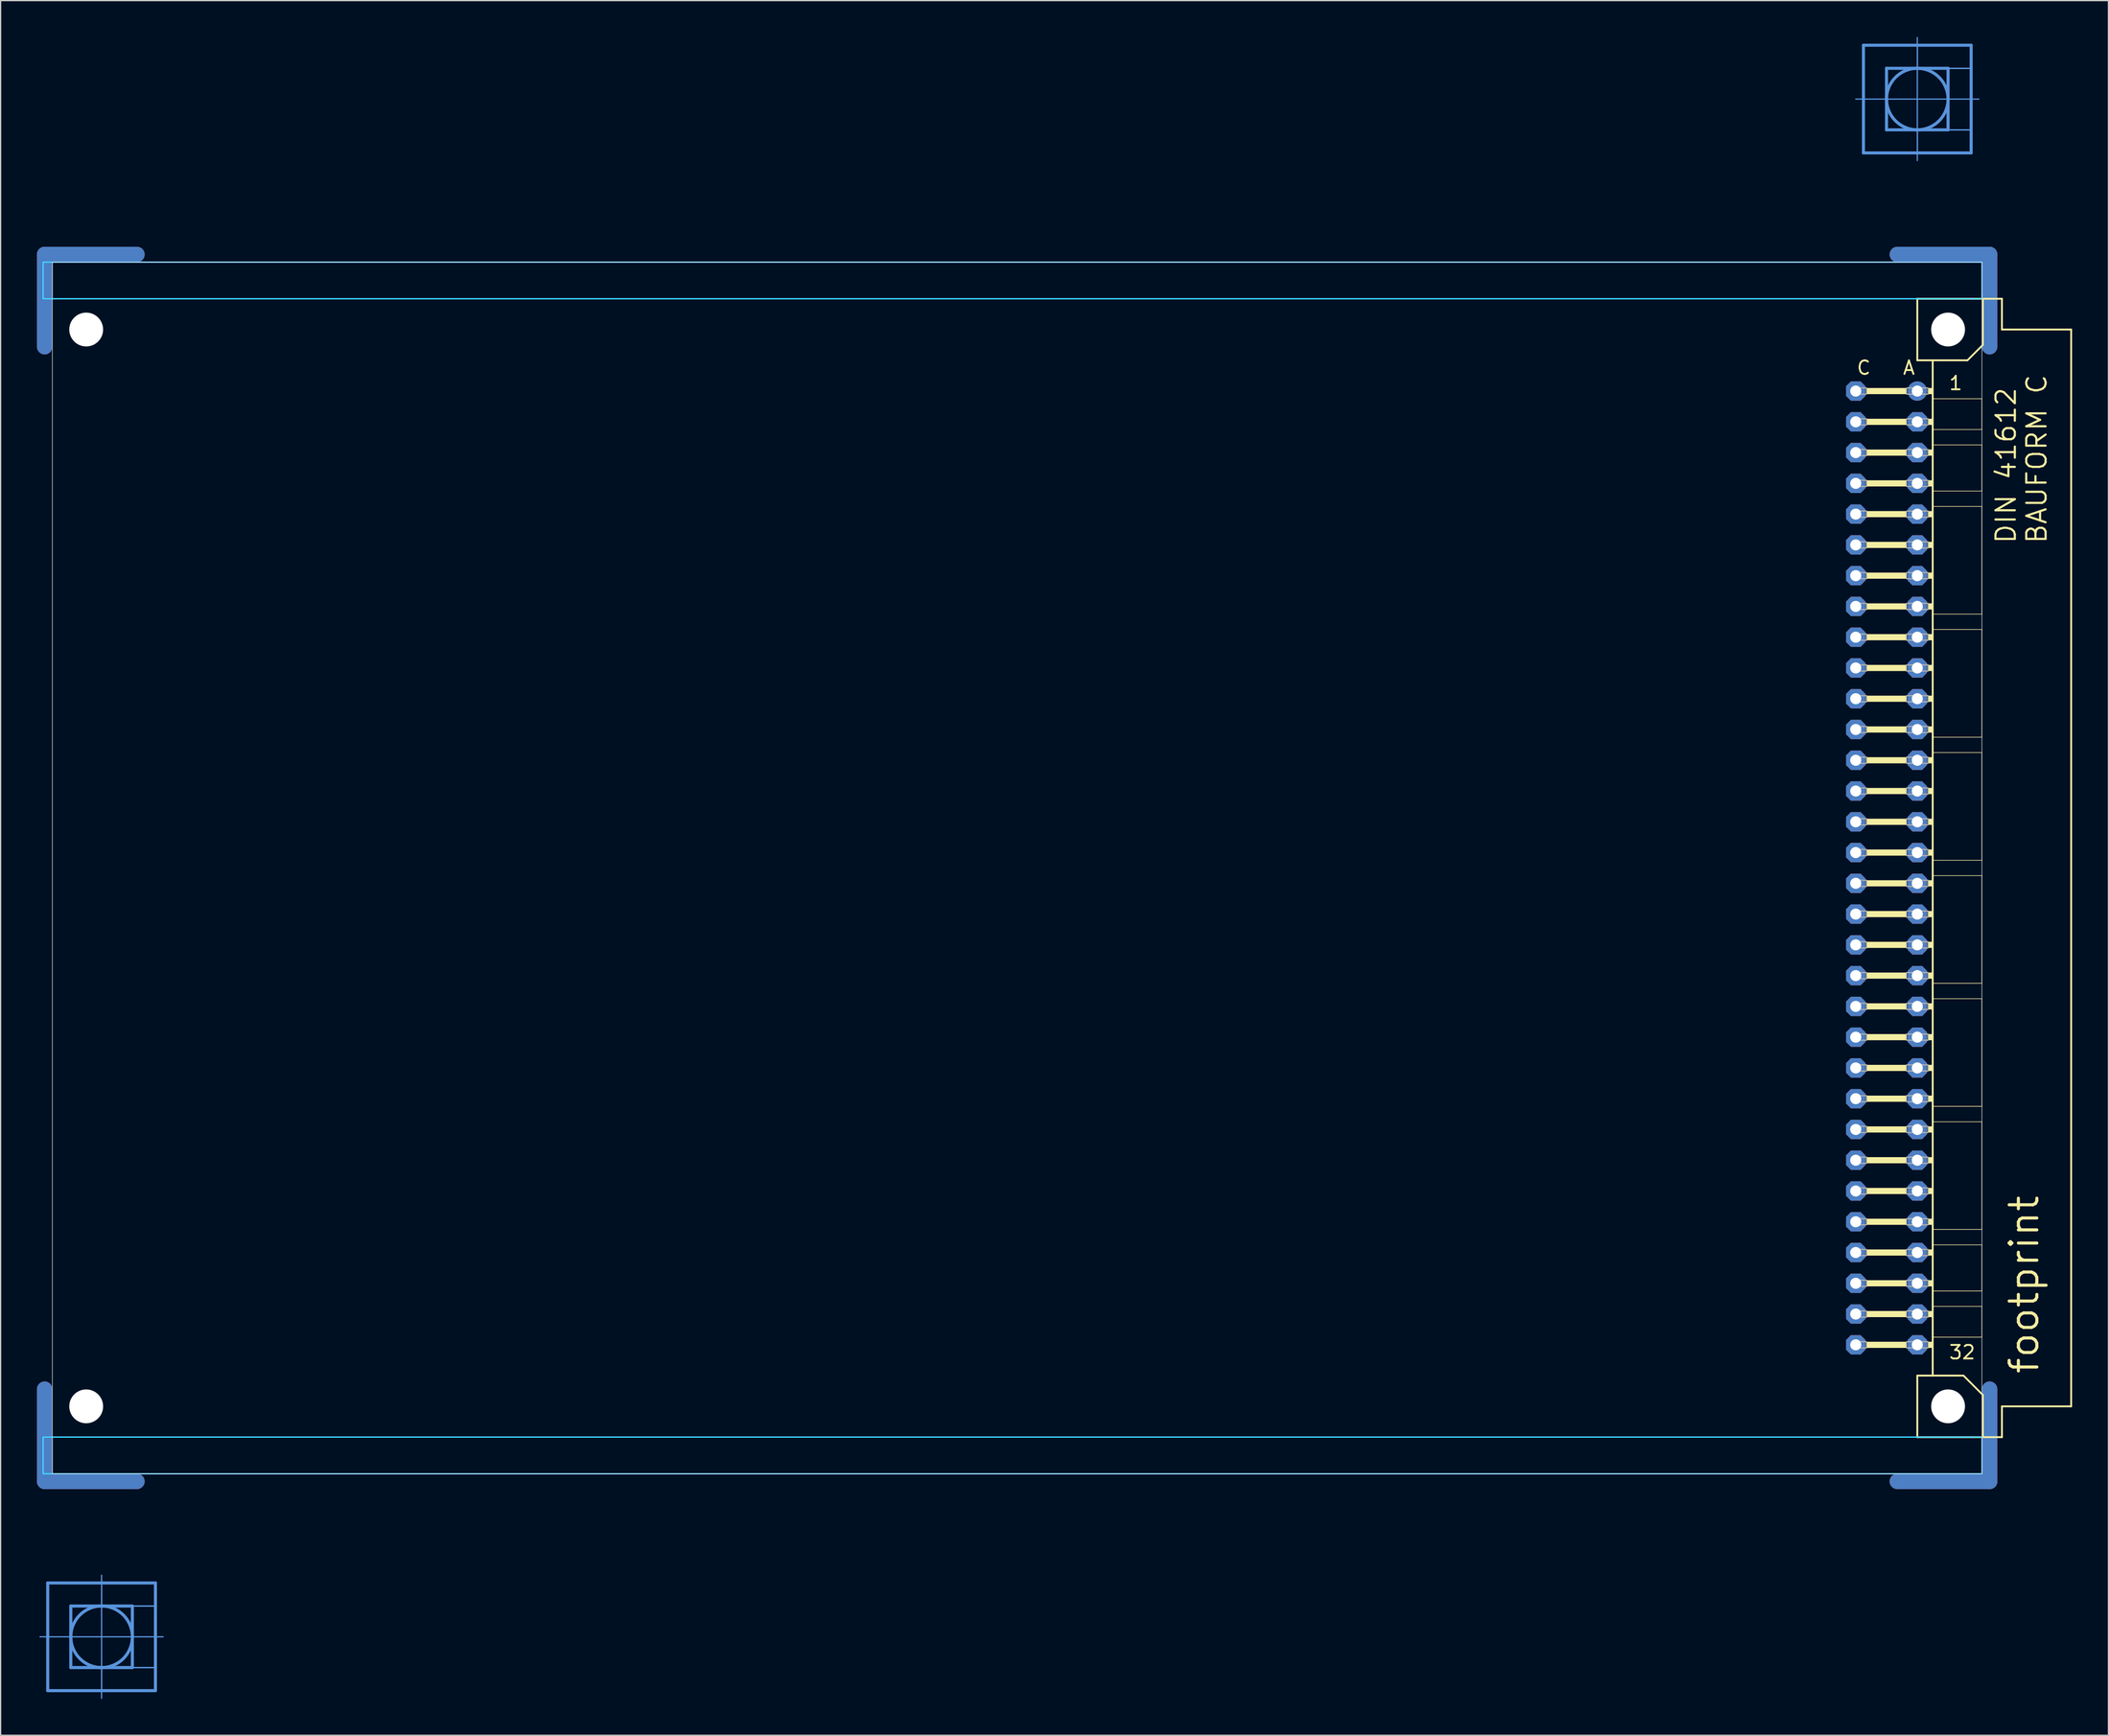
<source format=kicad_pcb>
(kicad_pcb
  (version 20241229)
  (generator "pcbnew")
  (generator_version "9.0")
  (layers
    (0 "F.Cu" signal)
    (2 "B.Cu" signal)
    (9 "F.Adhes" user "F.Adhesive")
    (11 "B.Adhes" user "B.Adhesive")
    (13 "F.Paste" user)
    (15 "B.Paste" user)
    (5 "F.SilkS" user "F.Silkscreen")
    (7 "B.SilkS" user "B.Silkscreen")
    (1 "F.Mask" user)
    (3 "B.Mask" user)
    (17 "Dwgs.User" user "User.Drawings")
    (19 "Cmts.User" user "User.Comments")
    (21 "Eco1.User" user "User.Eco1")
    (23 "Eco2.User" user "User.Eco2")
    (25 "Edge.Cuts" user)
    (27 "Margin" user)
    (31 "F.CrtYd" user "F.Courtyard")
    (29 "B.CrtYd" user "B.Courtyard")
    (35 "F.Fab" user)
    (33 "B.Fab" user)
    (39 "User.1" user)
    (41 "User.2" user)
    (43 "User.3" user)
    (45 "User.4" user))
  (footprint "footprint"
    (layer "F.Cu")
    (at 0.254 68.605)
    (property "Reference" "footprint" (at 165.1 41.91 90) (layer "F.SilkS") (effects (font (size 2.286 2.286) (thickness 0.254)) (justify left bottom)))
    (fp_line (start 0.381 -43.028) (end 0.381 -50.648) (stroke (width 1.27) (type solid)) (layer "F.Cu"))
    (fp_line (start 0.381 43.028) (end 0.381 50.648) (stroke (width 1.27) (type solid)) (layer "F.Cu"))
    (fp_line (start 8.001 -50.648) (end 0.381 -50.648) (stroke (width 1.27) (type solid)) (layer "F.Cu"))
    (fp_line (start 8.001 50.648) (end 0.381 50.648) (stroke (width 1.27) (type solid)) (layer "F.Cu"))
    (fp_line (start 153.289 -50.648) (end 160.909 -50.648) (stroke (width 1.27) (type solid)) (layer "F.Cu"))
    (fp_line (start 153.289 50.648) (end 160.909 50.648) (stroke (width 1.27) (type solid)) (layer "F.Cu"))
    (fp_line (start 160.909 -43.028) (end 160.909 -50.648) (stroke (width 1.27) (type solid)) (layer "F.Cu"))
    (fp_line (start 160.909 43.028) (end 160.909 50.648) (stroke (width 1.27) (type solid)) (layer "F.Cu"))
    (fp_line (start 1.016 -42.393) (end 1.016 -50.013) (stroke (width 0.152) (type solid)) (layer "F.Mask"))
    (fp_line (start 1.016 42.393) (end 1.016 50.013) (stroke (width 0.152) (type solid)) (layer "F.Mask"))
    (fp_line (start 8.636 -50.013) (end 1.016 -50.013) (stroke (width 0.152) (type solid)) (layer "F.Mask"))
    (fp_line (start 8.636 50.013) (end 1.016 50.013) (stroke (width 0.152) (type solid)) (layer "F.Mask"))
    (fp_line (start 152.654 -50.013) (end 160.274 -50.013) (stroke (width 0.152) (type solid)) (layer "F.Mask"))
    (fp_line (start 152.654 50.013) (end 160.274 50.013) (stroke (width 0.152) (type solid)) (layer "F.Mask"))
    (fp_line (start 160.274 -42.393) (end 160.274 -50.013) (stroke (width 0.152) (type solid)) (layer "F.Mask"))
    (fp_line (start 160.274 42.393) (end 160.274 50.013) (stroke (width 0.152) (type solid)) (layer "F.Mask"))
    (fp_line (start 0.381 -43.028) (end 0.381 -50.648) (stroke (width 1.27) (type solid)) (layer "B.Cu"))
    (fp_line (start 0.381 43.028) (end 0.381 50.648) (stroke (width 1.27) (type solid)) (layer "B.Cu"))
    (fp_line (start 8.001 -50.648) (end 0.381 -50.648) (stroke (width 1.27) (type solid)) (layer "B.Cu"))
    (fp_line (start 8.001 50.648) (end 0.381 50.648) (stroke (width 1.27) (type solid)) (layer "B.Cu"))
    (fp_line (start 153.289 -50.648) (end 160.909 -50.648) (stroke (width 1.27) (type solid)) (layer "B.Cu"))
    (fp_line (start 153.289 50.648) (end 160.909 50.648) (stroke (width 1.27) (type solid)) (layer "B.Cu"))
    (fp_line (start 160.909 -43.028) (end 160.909 -50.648) (stroke (width 1.27) (type solid)) (layer "B.Cu"))
    (fp_line (start 160.909 43.028) (end 160.909 50.648) (stroke (width 1.27) (type solid)) (layer "B.Cu"))
    (fp_line (start 1.016 -50.013) (end 8.636 -50.013) (stroke (width 0.152) (type solid)) (layer "B.Mask"))
    (fp_line (start 1.016 -42.393) (end 1.016 -50.013) (stroke (width 0.152) (type solid)) (layer "B.Mask"))
    (fp_line (start 1.016 50.013) (end 1.016 42.393) (stroke (width 0.152) (type solid)) (layer "B.Mask"))
    (fp_line (start 8.636 50.013) (end 1.016 50.013) (stroke (width 0.152) (type solid)) (layer "B.Mask"))
    (fp_line (start 152.654 -50.013) (end 160.274 -50.013) (stroke (width 0.152) (type solid)) (layer "B.Mask"))
    (fp_line (start 160.274 -50.013) (end 160.274 -42.393) (stroke (width 0.152) (type solid)) (layer "B.Mask"))
    (fp_line (start 160.274 42.393) (end 160.274 50.013) (stroke (width 0.152) (type solid)) (layer "B.Mask"))
    (fp_line (start 160.274 50.013) (end 152.654 50.013) (stroke (width 0.152) (type solid)) (layer "B.Mask"))
    (fp_line (start 154.94 -46.99) (end 154.94 -41.91) (stroke (width 0.152) (type solid)) (layer "F.SilkS"))
    (fp_line (start 154.94 -41.91) (end 156.21 -41.91) (stroke (width 0.152) (type solid)) (layer "F.SilkS"))
    (fp_line (start 154.94 41.91) (end 154.94 46.99) (stroke (width 0.152) (type solid)) (layer "F.SilkS"))
    (fp_line (start 154.94 41.91) (end 156.21 41.91) (stroke (width 0.152) (type solid)) (layer "F.SilkS"))
    (fp_line (start 154.94 46.99) (end 160.35 46.99) (stroke (width 0.152) (type solid)) (layer "F.SilkS"))
    (fp_line (start 156.21 -41.91) (end 156.21 -38.735) (stroke (width 0.152) (type solid)) (layer "F.SilkS"))
    (fp_line (start 156.21 -41.91) (end 159.08 -41.91) (stroke (width 0.152) (type solid)) (layer "F.SilkS"))
    (fp_line (start 156.21 -38.735) (end 156.21 -36.195) (stroke (width 0.152) (type solid)) (layer "F.SilkS"))
    (fp_line (start 156.21 -36.195) (end 156.21 -34.925) (stroke (width 0.152) (type solid)) (layer "F.SilkS"))
    (fp_line (start 156.21 -34.925) (end 156.21 -31.115) (stroke (width 0.152) (type solid)) (layer "F.SilkS"))
    (fp_line (start 156.21 -31.115) (end 156.21 -29.845) (stroke (width 0.152) (type solid)) (layer "F.SilkS"))
    (fp_line (start 156.21 -29.845) (end 156.21 -20.955) (stroke (width 0.152) (type solid)) (layer "F.SilkS"))
    (fp_line (start 156.21 -20.955) (end 156.21 -19.685) (stroke (width 0.152) (type solid)) (layer "F.SilkS"))
    (fp_line (start 156.21 -19.685) (end 156.21 -10.795) (stroke (width 0.152) (type solid)) (layer "F.SilkS"))
    (fp_line (start 156.21 -10.795) (end 156.21 -9.525) (stroke (width 0.152) (type solid)) (layer "F.SilkS"))
    (fp_line (start 156.21 -9.525) (end 156.21 -0.635) (stroke (width 0.152) (type solid)) (layer "F.SilkS"))
    (fp_line (start 156.21 -0.635) (end 156.21 0.635) (stroke (width 0.152) (type solid)) (layer "F.SilkS"))
    (fp_line (start 156.21 0.635) (end 156.21 9.525) (stroke (width 0.152) (type solid)) (layer "F.SilkS"))
    (fp_line (start 156.21 9.525) (end 156.21 10.795) (stroke (width 0.152) (type solid)) (layer "F.SilkS"))
    (fp_line (start 156.21 10.795) (end 156.21 19.685) (stroke (width 0.152) (type solid)) (layer "F.SilkS"))
    (fp_line (start 156.21 19.685) (end 156.21 20.955) (stroke (width 0.152) (type solid)) (layer "F.SilkS"))
    (fp_line (start 156.21 20.955) (end 156.21 29.845) (stroke (width 0.152) (type solid)) (layer "F.SilkS"))
    (fp_line (start 156.21 29.845) (end 156.21 31.115) (stroke (width 0.152) (type solid)) (layer "F.SilkS"))
    (fp_line (start 156.21 31.115) (end 156.21 34.925) (stroke (width 0.152) (type solid)) (layer "F.SilkS"))
    (fp_line (start 156.21 34.925) (end 156.21 36.195) (stroke (width 0.152) (type solid)) (layer "F.SilkS"))
    (fp_line (start 156.21 36.195) (end 156.21 38.735) (stroke (width 0.152) (type solid)) (layer "F.SilkS"))
    (fp_line (start 156.21 38.735) (end 156.21 41.91) (stroke (width 0.152) (type solid)) (layer "F.SilkS"))
    (fp_line (start 156.21 41.91) (end 158.75 41.91) (stroke (width 0.152) (type solid)) (layer "F.SilkS"))
    (fp_line (start 159.08 -41.91) (end 160.35 -43.18) (stroke (width 0.152) (type solid)) (layer "F.SilkS"))
    (fp_line (start 160.274 -38.735) (end 156.21 -38.735) (stroke (width 0.051) (type solid)) (layer "F.SilkS"))
    (fp_line (start 160.274 -38.735) (end 160.274 -36.195) (stroke (width 0.051) (type solid)) (layer "F.SilkS"))
    (fp_line (start 160.274 -36.195) (end 156.21 -36.195) (stroke (width 0.051) (type solid)) (layer "F.SilkS"))
    (fp_line (start 160.274 -34.925) (end 156.21 -34.925) (stroke (width 0.051) (type solid)) (layer "F.SilkS"))
    (fp_line (start 160.274 -34.925) (end 160.274 -31.115) (stroke (width 0.051) (type solid)) (layer "F.SilkS"))
    (fp_line (start 160.274 -31.115) (end 156.21 -31.115) (stroke (width 0.051) (type solid)) (layer "F.SilkS"))
    (fp_line (start 160.274 -29.845) (end 156.21 -29.845) (stroke (width 0.051) (type solid)) (layer "F.SilkS"))
    (fp_line (start 160.274 -29.845) (end 160.274 -20.955) (stroke (width 0.051) (type solid)) (layer "F.SilkS"))
    (fp_line (start 160.274 -20.955) (end 156.21 -20.955) (stroke (width 0.051) (type solid)) (layer "F.SilkS"))
    (fp_line (start 160.274 -19.685) (end 156.21 -19.685) (stroke (width 0.051) (type solid)) (layer "F.SilkS"))
    (fp_line (start 160.274 -19.685) (end 160.274 -10.795) (stroke (width 0.051) (type solid)) (layer "F.SilkS"))
    (fp_line (start 160.274 -10.795) (end 156.21 -10.795) (stroke (width 0.051) (type solid)) (layer "F.SilkS"))
    (fp_line (start 160.274 -9.525) (end 156.21 -9.525) (stroke (width 0.051) (type solid)) (layer "F.SilkS"))
    (fp_line (start 160.274 -9.525) (end 160.274 -0.635) (stroke (width 0.051) (type solid)) (layer "F.SilkS"))
    (fp_line (start 160.274 -0.635) (end 156.21 -0.635) (stroke (width 0.051) (type solid)) (layer "F.SilkS"))
    (fp_line (start 160.274 0.635) (end 156.21 0.635) (stroke (width 0.051) (type solid)) (layer "F.SilkS"))
    (fp_line (start 160.274 0.635) (end 160.274 9.525) (stroke (width 0.051) (type solid)) (layer "F.SilkS"))
    (fp_line (start 160.274 9.525) (end 156.21 9.525) (stroke (width 0.051) (type solid)) (layer "F.SilkS"))
    (fp_line (start 160.274 10.795) (end 156.21 10.795) (stroke (width 0.051) (type solid)) (layer "F.SilkS"))
    (fp_line (start 160.274 10.795) (end 160.274 19.685) (stroke (width 0.051) (type solid)) (layer "F.SilkS"))
    (fp_line (start 160.274 19.685) (end 156.21 19.685) (stroke (width 0.051) (type solid)) (layer "F.SilkS"))
    (fp_line (start 160.274 20.955) (end 156.21 20.955) (stroke (width 0.051) (type solid)) (layer "F.SilkS"))
    (fp_line (start 160.274 20.955) (end 160.274 29.845) (stroke (width 0.051) (type solid)) (layer "F.SilkS"))
    (fp_line (start 160.274 29.845) (end 156.21 29.845) (stroke (width 0.051) (type solid)) (layer "F.SilkS"))
    (fp_line (start 160.274 31.115) (end 156.21 31.115) (stroke (width 0.051) (type solid)) (layer "F.SilkS"))
    (fp_line (start 160.274 31.115) (end 160.274 34.925) (stroke (width 0.051) (type solid)) (layer "F.SilkS"))
    (fp_line (start 160.274 34.925) (end 156.21 34.925) (stroke (width 0.051) (type solid)) (layer "F.SilkS"))
    (fp_line (start 160.274 36.195) (end 156.21 36.195) (stroke (width 0.051) (type solid)) (layer "F.SilkS"))
    (fp_line (start 160.274 36.195) (end 160.274 38.735) (stroke (width 0.051) (type solid)) (layer "F.SilkS"))
    (fp_line (start 160.274 38.735) (end 156.21 38.735) (stroke (width 0.051) (type solid)) (layer "F.SilkS"))
    (fp_line (start 160.35 -46.99) (end 154.94 -46.99) (stroke (width 0.152) (type solid)) (layer "F.SilkS"))
    (fp_line (start 160.35 -43.18) (end 160.35 -46.99) (stroke (width 0.152) (type solid)) (layer "F.SilkS"))
    (fp_line (start 160.35 43.51) (end 158.75 41.91) (stroke (width 0.152) (type solid)) (layer "F.SilkS"))
    (fp_line (start 160.35 43.51) (end 160.35 46.99) (stroke (width 0.152) (type solid)) (layer "F.SilkS"))
    (fp_line (start 160.35 46.99) (end 161.925 46.99) (stroke (width 0.152) (type solid)) (layer "F.SilkS"))
    (fp_line (start 161.925 -46.99) (end 160.35 -46.99) (stroke (width 0.152) (type solid)) (layer "F.SilkS"))
    (fp_line (start 161.925 -44.45) (end 161.925 -46.99) (stroke (width 0.152) (type solid)) (layer "F.SilkS"))
    (fp_line (start 161.925 44.45) (end 167.64 44.45) (stroke (width 0.152) (type solid)) (layer "F.SilkS"))
    (fp_line (start 161.925 46.99) (end 161.925 44.45) (stroke (width 0.152) (type solid)) (layer "F.SilkS"))
    (fp_line (start 167.64 -44.45) (end 161.925 -44.45) (stroke (width 0.152) (type solid)) (layer "F.SilkS"))
    (fp_line (start 167.64 44.45) (end 167.64 -44.45) (stroke (width 0.152) (type solid)) (layer "F.SilkS"))
    (fp_circle (center 157.48 -44.45) (end 158.75 -44.45) (stroke (width 0.152) (type solid)) (fill no) (layer "F.SilkS"))
    (fp_circle (center 157.48 44.45) (end 158.75 44.45) (stroke (width 0.152) (type solid)) (fill no) (layer "F.SilkS"))
    (fp_poly (pts (xy 150.749 -39.116) (xy 154.051 -39.116) (xy 154.051 -39.624) (xy 150.749 -39.624)) (stroke (width 0) (type solid)) (fill yes) (layer "F.SilkS"))
    (fp_poly (pts (xy 150.749 -36.576) (xy 154.051 -36.576) (xy 154.051 -37.084) (xy 150.749 -37.084)) (stroke (width 0) (type solid)) (fill yes) (layer "F.SilkS"))
    (fp_poly (pts (xy 150.749 -34.036) (xy 154.051 -34.036) (xy 154.051 -34.544) (xy 150.749 -34.544)) (stroke (width 0) (type solid)) (fill yes) (layer "F.SilkS"))
    (fp_poly (pts (xy 150.749 -31.496) (xy 154.051 -31.496) (xy 154.051 -32.004) (xy 150.749 -32.004)) (stroke (width 0) (type solid)) (fill yes) (layer "F.SilkS"))
    (fp_poly (pts (xy 150.749 -28.956) (xy 154.051 -28.956) (xy 154.051 -29.464) (xy 150.749 -29.464)) (stroke (width 0) (type solid)) (fill yes) (layer "F.SilkS"))
    (fp_poly (pts (xy 150.749 -26.416) (xy 154.051 -26.416) (xy 154.051 -26.924) (xy 150.749 -26.924)) (stroke (width 0) (type solid)) (fill yes) (layer "F.SilkS"))
    (fp_poly (pts (xy 150.749 -23.876) (xy 154.051 -23.876) (xy 154.051 -24.384) (xy 150.749 -24.384)) (stroke (width 0) (type solid)) (fill yes) (layer "F.SilkS"))
    (fp_poly (pts (xy 150.749 -21.336) (xy 154.051 -21.336) (xy 154.051 -21.844) (xy 150.749 -21.844)) (stroke (width 0) (type solid)) (fill yes) (layer "F.SilkS"))
    (fp_poly (pts (xy 150.749 -18.796) (xy 154.051 -18.796) (xy 154.051 -19.304) (xy 150.749 -19.304)) (stroke (width 0) (type solid)) (fill yes) (layer "F.SilkS"))
    (fp_poly (pts (xy 150.749 -16.256) (xy 154.051 -16.256) (xy 154.051 -16.764) (xy 150.749 -16.764)) (stroke (width 0) (type solid)) (fill yes) (layer "F.SilkS"))
    (fp_poly (pts (xy 150.749 -13.716) (xy 154.051 -13.716) (xy 154.051 -14.224) (xy 150.749 -14.224)) (stroke (width 0) (type solid)) (fill yes) (layer "F.SilkS"))
    (fp_poly (pts (xy 150.749 -11.176) (xy 154.051 -11.176) (xy 154.051 -11.684) (xy 150.749 -11.684)) (stroke (width 0) (type solid)) (fill yes) (layer "F.SilkS"))
    (fp_poly (pts (xy 150.749 -8.636) (xy 154.051 -8.636) (xy 154.051 -9.144) (xy 150.749 -9.144)) (stroke (width 0) (type solid)) (fill yes) (layer "F.SilkS"))
    (fp_poly (pts (xy 150.749 -6.096) (xy 154.051 -6.096) (xy 154.051 -6.604) (xy 150.749 -6.604)) (stroke (width 0) (type solid)) (fill yes) (layer "F.SilkS"))
    (fp_poly (pts (xy 150.749 -3.556) (xy 154.051 -3.556) (xy 154.051 -4.064) (xy 150.749 -4.064)) (stroke (width 0) (type solid)) (fill yes) (layer "F.SilkS"))
    (fp_poly (pts (xy 150.749 -1.016) (xy 154.051 -1.016) (xy 154.051 -1.524) (xy 150.749 -1.524)) (stroke (width 0) (type solid)) (fill yes) (layer "F.SilkS"))
    (fp_poly (pts (xy 150.749 1.524) (xy 154.051 1.524) (xy 154.051 1.016) (xy 150.749 1.016)) (stroke (width 0) (type solid)) (fill yes) (layer "F.SilkS"))
    (fp_poly (pts (xy 150.749 4.064) (xy 154.051 4.064) (xy 154.051 3.556) (xy 150.749 3.556)) (stroke (width 0) (type solid)) (fill yes) (layer "F.SilkS"))
    (fp_poly (pts (xy 150.749 6.604) (xy 154.051 6.604) (xy 154.051 6.096) (xy 150.749 6.096)) (stroke (width 0) (type solid)) (fill yes) (layer "F.SilkS"))
    (fp_poly (pts (xy 150.749 9.144) (xy 154.051 9.144) (xy 154.051 8.636) (xy 150.749 8.636)) (stroke (width 0) (type solid)) (fill yes) (layer "F.SilkS"))
    (fp_poly (pts (xy 150.749 11.684) (xy 154.051 11.684) (xy 154.051 11.176) (xy 150.749 11.176)) (stroke (width 0) (type solid)) (fill yes) (layer "F.SilkS"))
    (fp_poly (pts (xy 150.749 14.224) (xy 154.051 14.224) (xy 154.051 13.716) (xy 150.749 13.716)) (stroke (width 0) (type solid)) (fill yes) (layer "F.SilkS"))
    (fp_poly (pts (xy 150.749 16.764) (xy 154.051 16.764) (xy 154.051 16.256) (xy 150.749 16.256)) (stroke (width 0) (type solid)) (fill yes) (layer "F.SilkS"))
    (fp_poly (pts (xy 150.749 19.304) (xy 154.051 19.304) (xy 154.051 18.796) (xy 150.749 18.796)) (stroke (width 0) (type solid)) (fill yes) (layer "F.SilkS"))
    (fp_poly (pts (xy 150.749 21.844) (xy 154.051 21.844) (xy 154.051 21.336) (xy 150.749 21.336)) (stroke (width 0) (type solid)) (fill yes) (layer "F.SilkS"))
    (fp_poly (pts (xy 150.749 24.384) (xy 154.051 24.384) (xy 154.051 23.876) (xy 150.749 23.876)) (stroke (width 0) (type solid)) (fill yes) (layer "F.SilkS"))
    (fp_poly (pts (xy 150.749 26.924) (xy 154.051 26.924) (xy 154.051 26.416) (xy 150.749 26.416)) (stroke (width 0) (type solid)) (fill yes) (layer "F.SilkS"))
    (fp_poly (pts (xy 150.749 29.464) (xy 154.051 29.464) (xy 154.051 28.956) (xy 150.749 28.956)) (stroke (width 0) (type solid)) (fill yes) (layer "F.SilkS"))
    (fp_poly (pts (xy 150.749 32.004) (xy 154.051 32.004) (xy 154.051 31.496) (xy 150.749 31.496)) (stroke (width 0) (type solid)) (fill yes) (layer "F.SilkS"))
    (fp_poly (pts (xy 150.749 34.544) (xy 154.051 34.544) (xy 154.051 34.036) (xy 150.749 34.036)) (stroke (width 0) (type solid)) (fill yes) (layer "F.SilkS"))
    (fp_poly (pts (xy 150.749 37.084) (xy 154.051 37.084) (xy 154.051 36.576) (xy 150.749 36.576)) (stroke (width 0) (type solid)) (fill yes) (layer "F.SilkS"))
    (fp_poly (pts (xy 150.749 39.624) (xy 154.051 39.624) (xy 154.051 39.116) (xy 150.749 39.116)) (stroke (width 0) (type solid)) (fill yes) (layer "F.SilkS"))
    (fp_poly (pts (xy 155.829 -39.116) (xy 156.21 -39.116) (xy 156.21 -39.624) (xy 155.829 -39.624)) (stroke (width 0) (type solid)) (fill yes) (layer "F.SilkS"))
    (fp_poly (pts (xy 155.829 -36.576) (xy 156.21 -36.576) (xy 156.21 -37.084) (xy 155.829 -37.084)) (stroke (width 0) (type solid)) (fill yes) (layer "F.SilkS"))
    (fp_poly (pts (xy 155.829 -34.036) (xy 156.21 -34.036) (xy 156.21 -34.544) (xy 155.829 -34.544)) (stroke (width 0) (type solid)) (fill yes) (layer "F.SilkS"))
    (fp_poly (pts (xy 155.829 -31.496) (xy 156.21 -31.496) (xy 156.21 -32.004) (xy 155.829 -32.004)) (stroke (width 0) (type solid)) (fill yes) (layer "F.SilkS"))
    (fp_poly (pts (xy 155.829 -28.956) (xy 156.21 -28.956) (xy 156.21 -29.464) (xy 155.829 -29.464)) (stroke (width 0) (type solid)) (fill yes) (layer "F.SilkS"))
    (fp_poly (pts (xy 155.829 -26.416) (xy 156.21 -26.416) (xy 156.21 -26.924) (xy 155.829 -26.924)) (stroke (width 0) (type solid)) (fill yes) (layer "F.SilkS"))
    (fp_poly (pts (xy 155.829 -23.876) (xy 156.21 -23.876) (xy 156.21 -24.384) (xy 155.829 -24.384)) (stroke (width 0) (type solid)) (fill yes) (layer "F.SilkS"))
    (fp_poly (pts (xy 155.829 -21.336) (xy 156.21 -21.336) (xy 156.21 -21.844) (xy 155.829 -21.844)) (stroke (width 0) (type solid)) (fill yes) (layer "F.SilkS"))
    (fp_poly (pts (xy 155.829 -18.796) (xy 156.21 -18.796) (xy 156.21 -19.304) (xy 155.829 -19.304)) (stroke (width 0) (type solid)) (fill yes) (layer "F.SilkS"))
    (fp_poly (pts (xy 155.829 -16.256) (xy 156.21 -16.256) (xy 156.21 -16.764) (xy 155.829 -16.764)) (stroke (width 0) (type solid)) (fill yes) (layer "F.SilkS"))
    (fp_poly (pts (xy 155.829 -13.716) (xy 156.21 -13.716) (xy 156.21 -14.224) (xy 155.829 -14.224)) (stroke (width 0) (type solid)) (fill yes) (layer "F.SilkS"))
    (fp_poly (pts (xy 155.829 -11.176) (xy 156.21 -11.176) (xy 156.21 -11.684) (xy 155.829 -11.684)) (stroke (width 0) (type solid)) (fill yes) (layer "F.SilkS"))
    (fp_poly (pts (xy 155.829 -8.636) (xy 156.21 -8.636) (xy 156.21 -9.144) (xy 155.829 -9.144)) (stroke (width 0) (type solid)) (fill yes) (layer "F.SilkS"))
    (fp_poly (pts (xy 155.829 -6.096) (xy 156.21 -6.096) (xy 156.21 -6.604) (xy 155.829 -6.604)) (stroke (width 0) (type solid)) (fill yes) (layer "F.SilkS"))
    (fp_poly (pts (xy 155.829 -3.556) (xy 156.21 -3.556) (xy 156.21 -4.064) (xy 155.829 -4.064)) (stroke (width 0) (type solid)) (fill yes) (layer "F.SilkS"))
    (fp_poly (pts (xy 155.829 -1.016) (xy 156.21 -1.016) (xy 156.21 -1.524) (xy 155.829 -1.524)) (stroke (width 0) (type solid)) (fill yes) (layer "F.SilkS"))
    (fp_poly (pts (xy 155.829 1.524) (xy 156.21 1.524) (xy 156.21 1.016) (xy 155.829 1.016)) (stroke (width 0) (type solid)) (fill yes) (layer "F.SilkS"))
    (fp_poly (pts (xy 155.829 4.064) (xy 156.21 4.064) (xy 156.21 3.556) (xy 155.829 3.556)) (stroke (width 0) (type solid)) (fill yes) (layer "F.SilkS"))
    (fp_poly (pts (xy 155.829 6.604) (xy 156.21 6.604) (xy 156.21 6.096) (xy 155.829 6.096)) (stroke (width 0) (type solid)) (fill yes) (layer "F.SilkS"))
    (fp_poly (pts (xy 155.829 9.144) (xy 156.21 9.144) (xy 156.21 8.636) (xy 155.829 8.636)) (stroke (width 0) (type solid)) (fill yes) (layer "F.SilkS"))
    (fp_poly (pts (xy 155.829 11.684) (xy 156.21 11.684) (xy 156.21 11.176) (xy 155.829 11.176)) (stroke (width 0) (type solid)) (fill yes) (layer "F.SilkS"))
    (fp_poly (pts (xy 155.829 14.224) (xy 156.21 14.224) (xy 156.21 13.716) (xy 155.829 13.716)) (stroke (width 0) (type solid)) (fill yes) (layer "F.SilkS"))
    (fp_poly (pts (xy 155.829 16.764) (xy 156.21 16.764) (xy 156.21 16.256) (xy 155.829 16.256)) (stroke (width 0) (type solid)) (fill yes) (layer "F.SilkS"))
    (fp_poly (pts (xy 155.829 19.304) (xy 156.21 19.304) (xy 156.21 18.796) (xy 155.829 18.796)) (stroke (width 0) (type solid)) (fill yes) (layer "F.SilkS"))
    (fp_poly (pts (xy 155.829 21.844) (xy 156.21 21.844) (xy 156.21 21.336) (xy 155.829 21.336)) (stroke (width 0) (type solid)) (fill yes) (layer "F.SilkS"))
    (fp_poly (pts (xy 155.829 24.384) (xy 156.21 24.384) (xy 156.21 23.876) (xy 155.829 23.876)) (stroke (width 0) (type solid)) (fill yes) (layer "F.SilkS"))
    (fp_poly (pts (xy 155.829 26.924) (xy 156.21 26.924) (xy 156.21 26.416) (xy 155.829 26.416)) (stroke (width 0) (type solid)) (fill yes) (layer "F.SilkS"))
    (fp_poly (pts (xy 155.829 29.464) (xy 156.21 29.464) (xy 156.21 28.956) (xy 155.829 28.956)) (stroke (width 0) (type solid)) (fill yes) (layer "F.SilkS"))
    (fp_poly (pts (xy 155.829 32.004) (xy 156.21 32.004) (xy 156.21 31.496) (xy 155.829 31.496)) (stroke (width 0) (type solid)) (fill yes) (layer "F.SilkS"))
    (fp_poly (pts (xy 155.829 34.544) (xy 156.21 34.544) (xy 156.21 34.036) (xy 155.829 34.036)) (stroke (width 0) (type solid)) (fill yes) (layer "F.SilkS"))
    (fp_poly (pts (xy 155.829 37.084) (xy 156.21 37.084) (xy 156.21 36.576) (xy 155.829 36.576)) (stroke (width 0) (type solid)) (fill yes) (layer "F.SilkS"))
    (fp_poly (pts (xy 155.829 39.624) (xy 156.21 39.624) (xy 156.21 39.116) (xy 155.829 39.116)) (stroke (width 0) (type solid)) (fill yes) (layer "F.SilkS"))
    (fp_line (start 0 63.475) (end 0.635 63.475) (stroke (width 0.102) (type solid)) (layer "Cmts.User"))
    (fp_line (start 0.635 59.03) (end 9.525 59.03) (stroke (width 0.254) (type solid)) (layer "Cmts.User"))
    (fp_line (start 0.635 63.475) (end 0.635 59.03) (stroke (width 0.254) (type solid)) (layer "Cmts.User"))
    (fp_line (start 0.635 63.475) (end 10.16 63.475) (stroke (width 0.102) (type solid)) (layer "Cmts.User"))
    (fp_line (start 0.635 67.92) (end 0.635 63.475) (stroke (width 0.254) (type solid)) (layer "Cmts.User"))
    (fp_line (start 2.54 60.935) (end 2.54 66.015) (stroke (width 0.254) (type solid)) (layer "Cmts.User"))
    (fp_line (start 2.54 66.015) (end 7.62 66.015) (stroke (width 0.254) (type solid)) (layer "Cmts.User"))
    (fp_line (start 5.08 68.555) (end 5.08 58.395) (stroke (width 0.102) (type solid)) (layer "Cmts.User"))
    (fp_line (start 7.62 60.935) (end 2.54 60.935) (stroke (width 0.254) (type solid)) (layer "Cmts.User"))
    (fp_line (start 7.62 66.015) (end 7.62 60.935) (stroke (width 0.254) (type solid)) (layer "Cmts.User"))
    (fp_line (start 9.525 59.03) (end 9.525 67.92) (stroke (width 0.254) (type solid)) (layer "Cmts.User"))
    (fp_line (start 9.525 67.92) (end 0.635 67.92) (stroke (width 0.254) (type solid)) (layer "Cmts.User"))
    (fp_line (start 149.86 -63.475) (end 150.495 -63.475) (stroke (width 0.102) (type solid)) (layer "Cmts.User"))
    (fp_line (start 150.495 -67.92) (end 159.385 -67.92) (stroke (width 0.254) (type solid)) (layer "Cmts.User"))
    (fp_line (start 150.495 -63.475) (end 150.495 -67.92) (stroke (width 0.254) (type solid)) (layer "Cmts.User"))
    (fp_line (start 150.495 -63.475) (end 160.02 -63.475) (stroke (width 0.102) (type solid)) (layer "Cmts.User"))
    (fp_line (start 150.495 -59.03) (end 150.495 -63.475) (stroke (width 0.254) (type solid)) (layer "Cmts.User"))
    (fp_line (start 152.4 -66.015) (end 152.4 -60.935) (stroke (width 0.254) (type solid)) (layer "Cmts.User"))
    (fp_line (start 152.4 -60.935) (end 157.48 -60.935) (stroke (width 0.254) (type solid)) (layer "Cmts.User"))
    (fp_line (start 154.94 -58.395) (end 154.94 -68.555) (stroke (width 0.102) (type solid)) (layer "Cmts.User"))
    (fp_line (start 157.48 -66.015) (end 152.4 -66.015) (stroke (width 0.254) (type solid)) (layer "Cmts.User"))
    (fp_line (start 157.48 -60.935) (end 157.48 -66.015) (stroke (width 0.254) (type solid)) (layer "Cmts.User"))
    (fp_line (start 159.385 -67.92) (end 159.385 -59.03) (stroke (width 0.254) (type solid)) (layer "Cmts.User"))
    (fp_line (start 159.385 -59.03) (end 150.495 -59.03) (stroke (width 0.254) (type solid)) (layer "Cmts.User"))
    (fp_circle (center 5.08 63.475) (end 7.62 63.475) (stroke (width 0.254) (type solid)) (fill no) (layer "Cmts.User"))
    (fp_circle (center 154.94 -63.475) (end 157.48 -63.475) (stroke (width 0.254) (type solid)) (fill no) (layer "Cmts.User"))
    (fp_poly (pts (xy 5.08 60.935) (xy 9.525 60.935) (xy 9.525 59.03) (xy 5.08 59.03)) (stroke (width 0.1) (type solid)) (fill no) (layer "Cmts.User"))
    (fp_poly (pts (xy 5.08 67.92) (xy 9.525 67.92) (xy 9.525 66.015) (xy 5.08 66.015)) (stroke (width 0.1) (type solid)) (fill no) (layer "Cmts.User"))
    (fp_poly (pts (xy 7.62 66.015) (xy 9.525 66.015) (xy 9.525 60.935) (xy 7.62 60.935)) (stroke (width 0.1) (type solid)) (fill no) (layer "Cmts.User"))
    (fp_poly (pts (xy 154.94 -66.015) (xy 159.385 -66.015) (xy 159.385 -67.92) (xy 154.94 -67.92)) (stroke (width 0.1) (type solid)) (fill no) (layer "Cmts.User"))
    (fp_poly (pts (xy 154.94 -59.03) (xy 159.385 -59.03) (xy 159.385 -60.935) (xy 154.94 -60.935)) (stroke (width 0.1) (type solid)) (fill no) (layer "Cmts.User"))
    (fp_poly (pts (xy 157.48 -60.935) (xy 159.385 -60.935) (xy 159.385 -66.015) (xy 157.48 -66.015)) (stroke (width 0.1) (type solid)) (fill no) (layer "Cmts.User"))
    (fp_line (start 1.016 -50.013) (end 1.016 50.013) (stroke (width 0.05) (type solid)) (layer "Edge.Cuts"))
    (fp_line (start 1.016 50.013) (end 160.274 50.013) (stroke (width 0.05) (type solid)) (layer "Edge.Cuts"))
    (fp_line (start 160.274 -50.013) (end 1.016 -50.013) (stroke (width 0.05) (type solid)) (layer "Edge.Cuts"))
    (fp_line (start 160.274 50.013) (end 160.274 -50.013) (stroke (width 0.05) (type solid)) (layer "Edge.Cuts"))
    (fp_line (start 1.016 -46.99) (end 1.016 -50.013) (stroke (width 0.051) (type solid)) (layer "B.CrtYd"))
    (fp_line (start 1.016 46.99) (end 1.016 50.013) (stroke (width 0.051) (type solid)) (layer "B.CrtYd"))
    (fp_line (start 160.274 -50.013) (end 160.274 -46.99) (stroke (width 0.051) (type solid)) (layer "B.CrtYd"))
    (fp_line (start 160.274 50.013) (end 160.274 46.99) (stroke (width 0.051) (type solid)) (layer "B.CrtYd"))
    (fp_poly (pts (xy 0.254 -46.99) (xy 160.274 -46.99) (xy 160.274 -50.013) (xy 0.254 -50.013)) (stroke (width 0.1) (type solid)) (fill no) (layer "B.CrtYd"))
    (fp_poly (pts (xy 0.254 50.013) (xy 160.274 50.013) (xy 160.274 46.99) (xy 0.254 46.99)) (stroke (width 0.1) (type solid)) (fill no) (layer "B.CrtYd"))
    (fp_line (start 1.016 -46.99) (end 1.016 -50.013) (stroke (width 0.051) (type solid)) (layer "F.CrtYd"))
    (fp_line (start 1.016 46.99) (end 1.016 50.013) (stroke (width 0.051) (type solid)) (layer "F.CrtYd"))
    (fp_line (start 160.274 -50.013) (end 160.274 -46.99) (stroke (width 0.051) (type solid)) (layer "F.CrtYd"))
    (fp_line (start 160.274 50.013) (end 160.274 46.99) (stroke (width 0.051) (type solid)) (layer "F.CrtYd"))
    (fp_poly (pts (xy 0.254 -46.99) (xy 160.274 -46.99) (xy 160.274 -50.013) (xy 0.254 -50.013)) (stroke (width 0.1) (type solid)) (fill no) (layer "F.CrtYd"))
    (fp_poly (pts (xy 0.254 50.013) (xy 160.274 50.013) (xy 160.274 46.99) (xy 0.254 46.99)) (stroke (width 0.1) (type solid)) (fill no) (layer "F.CrtYd"))
    (fp_poly (pts (xy 149.606 -39.116) (xy 150.749 -39.116) (xy 150.749 -39.624) (xy 149.606 -39.624)) (stroke (width 0.1) (type solid)) (fill no) (layer "F.Fab"))
    (fp_poly (pts (xy 149.606 -36.576) (xy 150.749 -36.576) (xy 150.749 -37.084) (xy 149.606 -37.084)) (stroke (width 0.1) (type solid)) (fill no) (layer "F.Fab"))
    (fp_poly (pts (xy 149.606 -34.036) (xy 150.749 -34.036) (xy 150.749 -34.544) (xy 149.606 -34.544)) (stroke (width 0.1) (type solid)) (fill no) (layer "F.Fab"))
    (fp_poly (pts (xy 149.606 -31.496) (xy 150.749 -31.496) (xy 150.749 -32.004) (xy 149.606 -32.004)) (stroke (width 0.1) (type solid)) (fill no) (layer "F.Fab"))
    (fp_poly (pts (xy 149.606 -28.956) (xy 150.749 -28.956) (xy 150.749 -29.464) (xy 149.606 -29.464)) (stroke (width 0.1) (type solid)) (fill no) (layer "F.Fab"))
    (fp_poly (pts (xy 149.606 -26.416) (xy 150.749 -26.416) (xy 150.749 -26.924) (xy 149.606 -26.924)) (stroke (width 0.1) (type solid)) (fill no) (layer "F.Fab"))
    (fp_poly (pts (xy 149.606 -23.876) (xy 150.749 -23.876) (xy 150.749 -24.384) (xy 149.606 -24.384)) (stroke (width 0.1) (type solid)) (fill no) (layer "F.Fab"))
    (fp_poly (pts (xy 149.606 -21.336) (xy 150.749 -21.336) (xy 150.749 -21.844) (xy 149.606 -21.844)) (stroke (width 0.1) (type solid)) (fill no) (layer "F.Fab"))
    (fp_poly (pts (xy 149.606 -18.796) (xy 150.749 -18.796) (xy 150.749 -19.304) (xy 149.606 -19.304)) (stroke (width 0.1) (type solid)) (fill no) (layer "F.Fab"))
    (fp_poly (pts (xy 149.606 -16.256) (xy 150.749 -16.256) (xy 150.749 -16.764) (xy 149.606 -16.764)) (stroke (width 0.1) (type solid)) (fill no) (layer "F.Fab"))
    (fp_poly (pts (xy 149.606 -13.716) (xy 150.749 -13.716) (xy 150.749 -14.224) (xy 149.606 -14.224)) (stroke (width 0.1) (type solid)) (fill no) (layer "F.Fab"))
    (fp_poly (pts (xy 149.606 -11.176) (xy 150.749 -11.176) (xy 150.749 -11.684) (xy 149.606 -11.684)) (stroke (width 0.1) (type solid)) (fill no) (layer "F.Fab"))
    (fp_poly (pts (xy 149.606 -8.636) (xy 150.749 -8.636) (xy 150.749 -9.144) (xy 149.606 -9.144)) (stroke (width 0.1) (type solid)) (fill no) (layer "F.Fab"))
    (fp_poly (pts (xy 149.606 -6.096) (xy 150.749 -6.096) (xy 150.749 -6.604) (xy 149.606 -6.604)) (stroke (width 0.1) (type solid)) (fill no) (layer "F.Fab"))
    (fp_poly (pts (xy 149.606 -3.556) (xy 150.749 -3.556) (xy 150.749 -4.064) (xy 149.606 -4.064)) (stroke (width 0.1) (type solid)) (fill no) (layer "F.Fab"))
    (fp_poly (pts (xy 149.606 -1.016) (xy 150.749 -1.016) (xy 150.749 -1.524) (xy 149.606 -1.524)) (stroke (width 0.1) (type solid)) (fill no) (layer "F.Fab"))
    (fp_poly (pts (xy 149.606 1.524) (xy 150.749 1.524) (xy 150.749 1.016) (xy 149.606 1.016)) (stroke (width 0.1) (type solid)) (fill no) (layer "F.Fab"))
    (fp_poly (pts (xy 149.606 4.064) (xy 150.749 4.064) (xy 150.749 3.556) (xy 149.606 3.556)) (stroke (width 0.1) (type solid)) (fill no) (layer "F.Fab"))
    (fp_poly (pts (xy 149.606 6.604) (xy 150.749 6.604) (xy 150.749 6.096) (xy 149.606 6.096)) (stroke (width 0.1) (type solid)) (fill no) (layer "F.Fab"))
    (fp_poly (pts (xy 149.606 9.144) (xy 150.749 9.144) (xy 150.749 8.636) (xy 149.606 8.636)) (stroke (width 0.1) (type solid)) (fill no) (layer "F.Fab"))
    (fp_poly (pts (xy 149.606 11.684) (xy 150.749 11.684) (xy 150.749 11.176) (xy 149.606 11.176)) (stroke (width 0.1) (type solid)) (fill no) (layer "F.Fab"))
    (fp_poly (pts (xy 149.606 14.224) (xy 150.749 14.224) (xy 150.749 13.716) (xy 149.606 13.716)) (stroke (width 0.1) (type solid)) (fill no) (layer "F.Fab"))
    (fp_poly (pts (xy 149.606 16.764) (xy 150.749 16.764) (xy 150.749 16.256) (xy 149.606 16.256)) (stroke (width 0.1) (type solid)) (fill no) (layer "F.Fab"))
    (fp_poly (pts (xy 149.606 19.304) (xy 150.749 19.304) (xy 150.749 18.796) (xy 149.606 18.796)) (stroke (width 0.1) (type solid)) (fill no) (layer "F.Fab"))
    (fp_poly (pts (xy 149.606 21.844) (xy 150.749 21.844) (xy 150.749 21.336) (xy 149.606 21.336)) (stroke (width 0.1) (type solid)) (fill no) (layer "F.Fab"))
    (fp_poly (pts (xy 149.606 24.384) (xy 150.749 24.384) (xy 150.749 23.876) (xy 149.606 23.876)) (stroke (width 0.1) (type solid)) (fill no) (layer "F.Fab"))
    (fp_poly (pts (xy 149.606 26.924) (xy 150.749 26.924) (xy 150.749 26.416) (xy 149.606 26.416)) (stroke (width 0.1) (type solid)) (fill no) (layer "F.Fab"))
    (fp_poly (pts (xy 149.606 29.464) (xy 150.749 29.464) (xy 150.749 28.956) (xy 149.606 28.956)) (stroke (width 0.1) (type solid)) (fill no) (layer "F.Fab"))
    (fp_poly (pts (xy 149.606 32.004) (xy 150.749 32.004) (xy 150.749 31.496) (xy 149.606 31.496)) (stroke (width 0.1) (type solid)) (fill no) (layer "F.Fab"))
    (fp_poly (pts (xy 149.606 34.544) (xy 150.749 34.544) (xy 150.749 34.036) (xy 149.606 34.036)) (stroke (width 0.1) (type solid)) (fill no) (layer "F.Fab"))
    (fp_poly (pts (xy 149.606 37.084) (xy 150.749 37.084) (xy 150.749 36.576) (xy 149.606 36.576)) (stroke (width 0.1) (type solid)) (fill no) (layer "F.Fab"))
    (fp_poly (pts (xy 149.606 39.624) (xy 150.749 39.624) (xy 150.749 39.116) (xy 149.606 39.116)) (stroke (width 0.1) (type solid)) (fill no) (layer "F.Fab"))
    (fp_poly (pts (xy 154.051 -39.116) (xy 155.829 -39.116) (xy 155.829 -39.624) (xy 154.051 -39.624)) (stroke (width 0.1) (type solid)) (fill no) (layer "F.Fab"))
    (fp_poly (pts (xy 154.051 -36.576) (xy 155.829 -36.576) (xy 155.829 -37.084) (xy 154.051 -37.084)) (stroke (width 0.1) (type solid)) (fill no) (layer "F.Fab"))
    (fp_poly (pts (xy 154.051 -34.036) (xy 155.829 -34.036) (xy 155.829 -34.544) (xy 154.051 -34.544)) (stroke (width 0.1) (type solid)) (fill no) (layer "F.Fab"))
    (fp_poly (pts (xy 154.051 -31.496) (xy 155.829 -31.496) (xy 155.829 -32.004) (xy 154.051 -32.004)) (stroke (width 0.1) (type solid)) (fill no) (layer "F.Fab"))
    (fp_poly (pts (xy 154.051 -28.956) (xy 155.829 -28.956) (xy 155.829 -29.464) (xy 154.051 -29.464)) (stroke (width 0.1) (type solid)) (fill no) (layer "F.Fab"))
    (fp_poly (pts (xy 154.051 -26.416) (xy 155.829 -26.416) (xy 155.829 -26.924) (xy 154.051 -26.924)) (stroke (width 0.1) (type solid)) (fill no) (layer "F.Fab"))
    (fp_poly (pts (xy 154.051 -23.876) (xy 155.829 -23.876) (xy 155.829 -24.384) (xy 154.051 -24.384)) (stroke (width 0.1) (type solid)) (fill no) (layer "F.Fab"))
    (fp_poly (pts (xy 154.051 -21.336) (xy 155.829 -21.336) (xy 155.829 -21.844) (xy 154.051 -21.844)) (stroke (width 0.1) (type solid)) (fill no) (layer "F.Fab"))
    (fp_poly (pts (xy 154.051 -18.796) (xy 155.829 -18.796) (xy 155.829 -19.304) (xy 154.051 -19.304)) (stroke (width 0.1) (type solid)) (fill no) (layer "F.Fab"))
    (fp_poly (pts (xy 154.051 -16.256) (xy 155.829 -16.256) (xy 155.829 -16.764) (xy 154.051 -16.764)) (stroke (width 0.1) (type solid)) (fill no) (layer "F.Fab"))
    (fp_poly (pts (xy 154.051 -13.716) (xy 155.829 -13.716) (xy 155.829 -14.224) (xy 154.051 -14.224)) (stroke (width 0.1) (type solid)) (fill no) (layer "F.Fab"))
    (fp_poly (pts (xy 154.051 -11.176) (xy 155.829 -11.176) (xy 155.829 -11.684) (xy 154.051 -11.684)) (stroke (width 0.1) (type solid)) (fill no) (layer "F.Fab"))
    (fp_poly (pts (xy 154.051 -8.636) (xy 155.829 -8.636) (xy 155.829 -9.144) (xy 154.051 -9.144)) (stroke (width 0.1) (type solid)) (fill no) (layer "F.Fab"))
    (fp_poly (pts (xy 154.051 -6.096) (xy 155.829 -6.096) (xy 155.829 -6.604) (xy 154.051 -6.604)) (stroke (width 0.1) (type solid)) (fill no) (layer "F.Fab"))
    (fp_poly (pts (xy 154.051 -3.556) (xy 155.829 -3.556) (xy 155.829 -4.064) (xy 154.051 -4.064)) (stroke (width 0.1) (type solid)) (fill no) (layer "F.Fab"))
    (fp_poly (pts (xy 154.051 -1.016) (xy 155.829 -1.016) (xy 155.829 -1.524) (xy 154.051 -1.524)) (stroke (width 0.1) (type solid)) (fill no) (layer "F.Fab"))
    (fp_poly (pts (xy 154.051 1.524) (xy 155.829 1.524) (xy 155.829 1.016) (xy 154.051 1.016)) (stroke (width 0.1) (type solid)) (fill no) (layer "F.Fab"))
    (fp_poly (pts (xy 154.051 4.064) (xy 155.829 4.064) (xy 155.829 3.556) (xy 154.051 3.556)) (stroke (width 0.1) (type solid)) (fill no) (layer "F.Fab"))
    (fp_poly (pts (xy 154.051 6.604) (xy 155.829 6.604) (xy 155.829 6.096) (xy 154.051 6.096)) (stroke (width 0.1) (type solid)) (fill no) (layer "F.Fab"))
    (fp_poly (pts (xy 154.051 9.144) (xy 155.829 9.144) (xy 155.829 8.636) (xy 154.051 8.636)) (stroke (width 0.1) (type solid)) (fill no) (layer "F.Fab"))
    (fp_poly (pts (xy 154.051 11.684) (xy 155.829 11.684) (xy 155.829 11.176) (xy 154.051 11.176)) (stroke (width 0.1) (type solid)) (fill no) (layer "F.Fab"))
    (fp_poly (pts (xy 154.051 14.224) (xy 155.829 14.224) (xy 155.829 13.716) (xy 154.051 13.716)) (stroke (width 0.1) (type solid)) (fill no) (layer "F.Fab"))
    (fp_poly (pts (xy 154.051 16.764) (xy 155.829 16.764) (xy 155.829 16.256) (xy 154.051 16.256)) (stroke (width 0.1) (type solid)) (fill no) (layer "F.Fab"))
    (fp_poly (pts (xy 154.051 19.304) (xy 155.829 19.304) (xy 155.829 18.796) (xy 154.051 18.796)) (stroke (width 0.1) (type solid)) (fill no) (layer "F.Fab"))
    (fp_poly (pts (xy 154.051 21.844) (xy 155.829 21.844) (xy 155.829 21.336) (xy 154.051 21.336)) (stroke (width 0.1) (type solid)) (fill no) (layer "F.Fab"))
    (fp_poly (pts (xy 154.051 24.384) (xy 155.829 24.384) (xy 155.829 23.876) (xy 154.051 23.876)) (stroke (width 0.1) (type solid)) (fill no) (layer "F.Fab"))
    (fp_poly (pts (xy 154.051 26.924) (xy 155.829 26.924) (xy 155.829 26.416) (xy 154.051 26.416)) (stroke (width 0.1) (type solid)) (fill no) (layer "F.Fab"))
    (fp_poly (pts (xy 154.051 29.464) (xy 155.829 29.464) (xy 155.829 28.956) (xy 154.051 28.956)) (stroke (width 0.1) (type solid)) (fill no) (layer "F.Fab"))
    (fp_poly (pts (xy 154.051 32.004) (xy 155.829 32.004) (xy 155.829 31.496) (xy 154.051 31.496)) (stroke (width 0.1) (type solid)) (fill no) (layer "F.Fab"))
    (fp_poly (pts (xy 154.051 34.544) (xy 155.829 34.544) (xy 155.829 34.036) (xy 154.051 34.036)) (stroke (width 0.1) (type solid)) (fill no) (layer "F.Fab"))
    (fp_poly (pts (xy 154.051 37.084) (xy 155.829 37.084) (xy 155.829 36.576) (xy 154.051 36.576)) (stroke (width 0.1) (type solid)) (fill no) (layer "F.Fab"))
    (fp_poly (pts (xy 154.051 39.624) (xy 155.829 39.624) (xy 155.829 39.116) (xy 154.051 39.116)) (stroke (width 0.1) (type solid)) (fill no) (layer "F.Fab"))
    (fp_text user "A" (at 153.67 -40.64 0) (layer "F.SilkS") (effects (font (size 1.118 1.118) (thickness 0.152)) (justify left bottom)))
    (fp_text user "BAUFORM C" (at 165.735 -26.67 90) (layer "F.SilkS") (effects (font (size 1.6 1.6) (thickness 0.178)) (justify left bottom)))
    (fp_text user "32" (at 157.48 40.64 0) (layer "F.SilkS") (effects (font (size 1.118 1.118) (thickness 0.152)) (justify left bottom)))
    (fp_text user "DIN 41612" (at 163.195 -26.67 90) (layer "F.SilkS") (effects (font (size 1.6 1.6) (thickness 0.178)) (justify left bottom)))
    (fp_text user "C" (at 149.86 -40.64 0) (layer "F.SilkS") (effects (font (size 1.118 1.118) (thickness 0.152)) (justify left bottom)))
    (fp_text user "1" (at 157.48 -39.37 0) (layer "F.SilkS") (effects (font (size 1.118 1.118) (thickness 0.152)) (justify left bottom)))
    (pad "" np_thru_hole circle (at 3.81 -44.45) (size 2.794 2.794) (drill 2.794) (layers "*.Cu" "*.Mask"))
    (pad "" np_thru_hole circle (at 3.81 44.45) (size 2.794 2.794) (drill 2.794) (layers "*.Cu" "*.Mask"))
    (pad "" np_thru_hole circle (at 157.48 -44.45) (size 2.794 2.794) (drill 2.794) (layers "*.Cu" "*.Mask"))
    (pad "" np_thru_hole circle (at 157.48 44.45) (size 2.794 2.794) (drill 2.794) (layers "*.Cu" "*.Mask"))
    (pad "A1" thru_hole circle (at 154.94 -39.37) (size 1.6 1.6) (drill 0.914) (layers "*.Cu" "*.Mask"))
    (pad "A2" thru_hole roundrect (at 154.94 -36.83) (size 1.6 1.6) (drill 0.914) (layers "*.Cu" "*.Mask") (roundrect_rratio 0.25) (chamfer_ratio 0.25) (chamfer top_left top_right bottom_left bottom_right))
    (pad "A3" thru_hole roundrect (at 154.94 -34.29) (size 1.6 1.6) (drill 0.914) (layers "*.Cu" "*.Mask") (roundrect_rratio 0.25) (chamfer_ratio 0.25) (chamfer top_left top_right bottom_left bottom_right))
    (pad "A4" thru_hole roundrect (at 154.94 -31.75) (size 1.6 1.6) (drill 0.914) (layers "*.Cu" "*.Mask") (roundrect_rratio 0.25) (chamfer_ratio 0.25) (chamfer top_left top_right bottom_left bottom_right))
    (pad "A5" thru_hole roundrect (at 154.94 -29.21) (size 1.6 1.6) (drill 0.914) (layers "*.Cu" "*.Mask") (roundrect_rratio 0.25) (chamfer_ratio 0.25) (chamfer top_left top_right bottom_left bottom_right))
    (pad "A6" thru_hole roundrect (at 154.94 -26.67) (size 1.6 1.6) (drill 0.914) (layers "*.Cu" "*.Mask") (roundrect_rratio 0.25) (chamfer_ratio 0.25) (chamfer top_left top_right bottom_left bottom_right))
    (pad "A7" thru_hole roundrect (at 154.94 -24.13) (size 1.6 1.6) (drill 0.914) (layers "*.Cu" "*.Mask") (roundrect_rratio 0.25) (chamfer_ratio 0.25) (chamfer top_left top_right bottom_left bottom_right))
    (pad "A8" thru_hole roundrect (at 154.94 -21.59) (size 1.6 1.6) (drill 0.914) (layers "*.Cu" "*.Mask") (roundrect_rratio 0.25) (chamfer_ratio 0.25) (chamfer top_left top_right bottom_left bottom_right))
    (pad "A9" thru_hole roundrect (at 154.94 -19.05) (size 1.6 1.6) (drill 0.914) (layers "*.Cu" "*.Mask") (roundrect_rratio 0.25) (chamfer_ratio 0.25) (chamfer top_left top_right bottom_left bottom_right))
    (pad "A10" thru_hole roundrect (at 154.94 -16.51) (size 1.6 1.6) (drill 0.914) (layers "*.Cu" "*.Mask") (roundrect_rratio 0.25) (chamfer_ratio 0.25) (chamfer top_left top_right bottom_left bottom_right))
    (pad "A11" thru_hole roundrect (at 154.94 -13.97) (size 1.6 1.6) (drill 0.914) (layers "*.Cu" "*.Mask") (roundrect_rratio 0.25) (chamfer_ratio 0.25) (chamfer top_left top_right bottom_left bottom_right))
    (pad "A12" thru_hole roundrect (at 154.94 -11.43) (size 1.6 1.6) (drill 0.914) (layers "*.Cu" "*.Mask") (roundrect_rratio 0.25) (chamfer_ratio 0.25) (chamfer top_left top_right bottom_left bottom_right))
    (pad "A13" thru_hole roundrect (at 154.94 -8.89) (size 1.6 1.6) (drill 0.914) (layers "*.Cu" "*.Mask") (roundrect_rratio 0.25) (chamfer_ratio 0.25) (chamfer top_left top_right bottom_left bottom_right))
    (pad "A14" thru_hole roundrect (at 154.94 -6.35) (size 1.6 1.6) (drill 0.914) (layers "*.Cu" "*.Mask") (roundrect_rratio 0.25) (chamfer_ratio 0.25) (chamfer top_left top_right bottom_left bottom_right))
    (pad "A15" thru_hole roundrect (at 154.94 -3.81) (size 1.6 1.6) (drill 0.914) (layers "*.Cu" "*.Mask") (roundrect_rratio 0.25) (chamfer_ratio 0.25) (chamfer top_left top_right bottom_left bottom_right))
    (pad "A16" thru_hole roundrect (at 154.94 -1.27) (size 1.6 1.6) (drill 0.914) (layers "*.Cu" "*.Mask") (roundrect_rratio 0.25) (chamfer_ratio 0.25) (chamfer top_left top_right bottom_left bottom_right))
    (pad "A17" thru_hole roundrect (at 154.94 1.27) (size 1.6 1.6) (drill 0.914) (layers "*.Cu" "*.Mask") (roundrect_rratio 0.25) (chamfer_ratio 0.25) (chamfer top_left top_right bottom_left bottom_right))
    (pad "A18" thru_hole roundrect (at 154.94 3.81) (size 1.6 1.6) (drill 0.914) (layers "*.Cu" "*.Mask") (roundrect_rratio 0.25) (chamfer_ratio 0.25) (chamfer top_left top_right bottom_left bottom_right))
    (pad "A19" thru_hole roundrect (at 154.94 6.35) (size 1.6 1.6) (drill 0.914) (layers "*.Cu" "*.Mask") (roundrect_rratio 0.25) (chamfer_ratio 0.25) (chamfer top_left top_right bottom_left bottom_right))
    (pad "A20" thru_hole roundrect (at 154.94 8.89) (size 1.6 1.6) (drill 0.914) (layers "*.Cu" "*.Mask") (roundrect_rratio 0.25) (chamfer_ratio 0.25) (chamfer top_left top_right bottom_left bottom_right))
    (pad "A21" thru_hole roundrect (at 154.94 11.43) (size 1.6 1.6) (drill 0.914) (layers "*.Cu" "*.Mask") (roundrect_rratio 0.25) (chamfer_ratio 0.25) (chamfer top_left top_right bottom_left bottom_right))
    (pad "A22" thru_hole roundrect (at 154.94 13.97) (size 1.6 1.6) (drill 0.914) (layers "*.Cu" "*.Mask") (roundrect_rratio 0.25) (chamfer_ratio 0.25) (chamfer top_left top_right bottom_left bottom_right))
    (pad "A23" thru_hole roundrect (at 154.94 16.51) (size 1.6 1.6) (drill 0.914) (layers "*.Cu" "*.Mask") (roundrect_rratio 0.25) (chamfer_ratio 0.25) (chamfer top_left top_right bottom_left bottom_right))
    (pad "A24" thru_hole roundrect (at 154.94 19.05) (size 1.6 1.6) (drill 0.914) (layers "*.Cu" "*.Mask") (roundrect_rratio 0.25) (chamfer_ratio 0.25) (chamfer top_left top_right bottom_left bottom_right))
    (pad "A25" thru_hole roundrect (at 154.94 21.59) (size 1.6 1.6) (drill 0.914) (layers "*.Cu" "*.Mask") (roundrect_rratio 0.25) (chamfer_ratio 0.25) (chamfer top_left top_right bottom_left bottom_right))
    (pad "A26" thru_hole roundrect (at 154.94 24.13) (size 1.6 1.6) (drill 0.914) (layers "*.Cu" "*.Mask") (roundrect_rratio 0.25) (chamfer_ratio 0.25) (chamfer top_left top_right bottom_left bottom_right))
    (pad "A27" thru_hole roundrect (at 154.94 26.67) (size 1.6 1.6) (drill 0.914) (layers "*.Cu" "*.Mask") (roundrect_rratio 0.25) (chamfer_ratio 0.25) (chamfer top_left top_right bottom_left bottom_right))
    (pad "A28" thru_hole roundrect (at 154.94 29.21) (size 1.6 1.6) (drill 0.914) (layers "*.Cu" "*.Mask") (roundrect_rratio 0.25) (chamfer_ratio 0.25) (chamfer top_left top_right bottom_left bottom_right))
    (pad "A29" thru_hole roundrect (at 154.94 31.75) (size 1.6 1.6) (drill 0.914) (layers "*.Cu" "*.Mask") (roundrect_rratio 0.25) (chamfer_ratio 0.25) (chamfer top_left top_right bottom_left bottom_right))
    (pad "A30" thru_hole roundrect (at 154.94 34.29) (size 1.6 1.6) (drill 0.914) (layers "*.Cu" "*.Mask") (roundrect_rratio 0.25) (chamfer_ratio 0.25) (chamfer top_left top_right bottom_left bottom_right))
    (pad "A31" thru_hole roundrect (at 154.94 36.83) (size 1.6 1.6) (drill 0.914) (layers "*.Cu" "*.Mask") (roundrect_rratio 0.25) (chamfer_ratio 0.25) (chamfer top_left top_right bottom_left bottom_right))
    (pad "A32" thru_hole roundrect (at 154.94 39.37) (size 1.6 1.6) (drill 0.914) (layers "*.Cu" "*.Mask") (roundrect_rratio 0.25) (chamfer_ratio 0.25) (chamfer top_left top_right bottom_left bottom_right))
    (pad "C1" thru_hole roundrect (at 149.86 -39.37) (size 1.6 1.6) (drill 0.914) (layers "*.Cu" "*.Mask") (roundrect_rratio 0.25) (chamfer_ratio 0.25) (chamfer top_left top_right bottom_left bottom_right))
    (pad "C2" thru_hole roundrect (at 149.86 -36.83) (size 1.6 1.6) (drill 0.914) (layers "*.Cu" "*.Mask") (roundrect_rratio 0.25) (chamfer_ratio 0.25) (chamfer top_left top_right bottom_left bottom_right))
    (pad "C3" thru_hole roundrect (at 149.86 -34.29) (size 1.6 1.6) (drill 0.914) (layers "*.Cu" "*.Mask") (roundrect_rratio 0.25) (chamfer_ratio 0.25) (chamfer top_left top_right bottom_left bottom_right))
    (pad "C4" thru_hole roundrect (at 149.86 -31.75) (size 1.6 1.6) (drill 0.914) (layers "*.Cu" "*.Mask") (roundrect_rratio 0.25) (chamfer_ratio 0.25) (chamfer top_left top_right bottom_left bottom_right))
    (pad "C5" thru_hole roundrect (at 149.86 -29.21) (size 1.6 1.6) (drill 0.914) (layers "*.Cu" "*.Mask") (roundrect_rratio 0.25) (chamfer_ratio 0.25) (chamfer top_left top_right bottom_left bottom_right))
    (pad "C6" thru_hole roundrect (at 149.86 -26.67) (size 1.6 1.6) (drill 0.914) (layers "*.Cu" "*.Mask") (roundrect_rratio 0.25) (chamfer_ratio 0.25) (chamfer top_left top_right bottom_left bottom_right))
    (pad "C7" thru_hole roundrect (at 149.86 -24.13) (size 1.6 1.6) (drill 0.914) (layers "*.Cu" "*.Mask") (roundrect_rratio 0.25) (chamfer_ratio 0.25) (chamfer top_left top_right bottom_left bottom_right))
    (pad "C8" thru_hole roundrect (at 149.86 -21.59) (size 1.6 1.6) (drill 0.914) (layers "*.Cu" "*.Mask") (roundrect_rratio 0.25) (chamfer_ratio 0.25) (chamfer top_left top_right bottom_left bottom_right))
    (pad "C9" thru_hole roundrect (at 149.86 -19.05) (size 1.6 1.6) (drill 0.914) (layers "*.Cu" "*.Mask") (roundrect_rratio 0.25) (chamfer_ratio 0.25) (chamfer top_left top_right bottom_left bottom_right))
    (pad "C10" thru_hole roundrect (at 149.86 -16.51) (size 1.6 1.6) (drill 0.914) (layers "*.Cu" "*.Mask") (roundrect_rratio 0.25) (chamfer_ratio 0.25) (chamfer top_left top_right bottom_left bottom_right))
    (pad "C11" thru_hole roundrect (at 149.86 -13.97) (size 1.6 1.6) (drill 0.914) (layers "*.Cu" "*.Mask") (roundrect_rratio 0.25) (chamfer_ratio 0.25) (chamfer top_left top_right bottom_left bottom_right))
    (pad "C12" thru_hole roundrect (at 149.86 -11.43) (size 1.6 1.6) (drill 0.914) (layers "*.Cu" "*.Mask") (roundrect_rratio 0.25) (chamfer_ratio 0.25) (chamfer top_left top_right bottom_left bottom_right))
    (pad "C13" thru_hole roundrect (at 149.86 -8.89) (size 1.6 1.6) (drill 0.914) (layers "*.Cu" "*.Mask") (roundrect_rratio 0.25) (chamfer_ratio 0.25) (chamfer top_left top_right bottom_left bottom_right))
    (pad "C14" thru_hole roundrect (at 149.86 -6.35) (size 1.6 1.6) (drill 0.914) (layers "*.Cu" "*.Mask") (roundrect_rratio 0.25) (chamfer_ratio 0.25) (chamfer top_left top_right bottom_left bottom_right))
    (pad "C15" thru_hole roundrect (at 149.86 -3.81) (size 1.6 1.6) (drill 0.914) (layers "*.Cu" "*.Mask") (roundrect_rratio 0.25) (chamfer_ratio 0.25) (chamfer top_left top_right bottom_left bottom_right))
    (pad "C16" thru_hole roundrect (at 149.86 -1.27) (size 1.6 1.6) (drill 0.914) (layers "*.Cu" "*.Mask") (roundrect_rratio 0.25) (chamfer_ratio 0.25) (chamfer top_left top_right bottom_left bottom_right))
    (pad "C17" thru_hole roundrect (at 149.86 1.27) (size 1.6 1.6) (drill 0.914) (layers "*.Cu" "*.Mask") (roundrect_rratio 0.25) (chamfer_ratio 0.25) (chamfer top_left top_right bottom_left bottom_right))
    (pad "C18" thru_hole roundrect (at 149.86 3.81) (size 1.6 1.6) (drill 0.914) (layers "*.Cu" "*.Mask") (roundrect_rratio 0.25) (chamfer_ratio 0.25) (chamfer top_left top_right bottom_left bottom_right))
    (pad "C19" thru_hole roundrect (at 149.86 6.35) (size 1.6 1.6) (drill 0.914) (layers "*.Cu" "*.Mask") (roundrect_rratio 0.25) (chamfer_ratio 0.25) (chamfer top_left top_right bottom_left bottom_right))
    (pad "C20" thru_hole roundrect (at 149.86 8.89) (size 1.6 1.6) (drill 0.914) (layers "*.Cu" "*.Mask") (roundrect_rratio 0.25) (chamfer_ratio 0.25) (chamfer top_left top_right bottom_left bottom_right))
    (pad "C21" thru_hole roundrect (at 149.86 11.43) (size 1.6 1.6) (drill 0.914) (layers "*.Cu" "*.Mask") (roundrect_rratio 0.25) (chamfer_ratio 0.25) (chamfer top_left top_right bottom_left bottom_right))
    (pad "C22" thru_hole roundrect (at 149.86 13.97) (size 1.6 1.6) (drill 0.914) (layers "*.Cu" "*.Mask") (roundrect_rratio 0.25) (chamfer_ratio 0.25) (chamfer top_left top_right bottom_left bottom_right))
    (pad "C23" thru_hole roundrect (at 149.86 16.51) (size 1.6 1.6) (drill 0.914) (layers "*.Cu" "*.Mask") (roundrect_rratio 0.25) (chamfer_ratio 0.25) (chamfer top_left top_right bottom_left bottom_right))
    (pad "C24" thru_hole roundrect (at 149.86 19.05) (size 1.6 1.6) (drill 0.914) (layers "*.Cu" "*.Mask") (roundrect_rratio 0.25) (chamfer_ratio 0.25) (chamfer top_left top_right bottom_left bottom_right))
    (pad "C25" thru_hole roundrect (at 149.86 21.59) (size 1.6 1.6) (drill 0.914) (layers "*.Cu" "*.Mask") (roundrect_rratio 0.25) (chamfer_ratio 0.25) (chamfer top_left top_right bottom_left bottom_right))
    (pad "C26" thru_hole roundrect (at 149.86 24.13) (size 1.6 1.6) (drill 0.914) (layers "*.Cu" "*.Mask") (roundrect_rratio 0.25) (chamfer_ratio 0.25) (chamfer top_left top_right bottom_left bottom_right))
    (pad "C27" thru_hole roundrect (at 149.86 26.67) (size 1.6 1.6) (drill 0.914) (layers "*.Cu" "*.Mask") (roundrect_rratio 0.25) (chamfer_ratio 0.25) (chamfer top_left top_right bottom_left bottom_right))
    (pad "C28" thru_hole roundrect (at 149.86 29.21) (size 1.6 1.6) (drill 0.914) (layers "*.Cu" "*.Mask") (roundrect_rratio 0.25) (chamfer_ratio 0.25) (chamfer top_left top_right bottom_left bottom_right))
    (pad "C29" thru_hole roundrect (at 149.86 31.75) (size 1.6 1.6) (drill 0.914) (layers "*.Cu" "*.Mask") (roundrect_rratio 0.25) (chamfer_ratio 0.25) (chamfer top_left top_right bottom_left bottom_right))
    (pad "C30" thru_hole roundrect (at 149.86 34.29) (size 1.6 1.6) (drill 0.914) (layers "*.Cu" "*.Mask") (roundrect_rratio 0.25) (chamfer_ratio 0.25) (chamfer top_left top_right bottom_left bottom_right))
    (pad "C31" thru_hole roundrect (at 149.86 36.83) (size 1.6 1.6) (drill 0.914) (layers "*.Cu" "*.Mask") (roundrect_rratio 0.25) (chamfer_ratio 0.25) (chamfer top_left top_right bottom_left bottom_right))
    (pad "C32" thru_hole roundrect (at 149.86 39.37) (size 1.6 1.6) (drill 0.914) (layers "*.Cu" "*.Mask") (roundrect_rratio 0.25) (chamfer_ratio 0.25) (chamfer top_left top_right bottom_left bottom_right))
    (zone (net_name "") (layers "F.Cu" "B.Cu") (hatch edge 0.508) (connect_pads) (min_thickness 0.254) (filled_areas_thickness no) (keepout (tracks allowed) (vias not_allowed) (pads allowed) (copperpour allowed) (footprints allowed)) (placement (enabled no)) (fill) (polygon (pts (xy 0.508 21.615) (xy 160.528 21.615) (xy 160.528 18.593) (xy 0.508 18.593))))
    (zone (net_name "") (layers "F.Cu" "B.Cu") (hatch edge 0.508) (connect_pads) (min_thickness 0.254) (filled_areas_thickness no) (keepout (tracks allowed) (vias not_allowed) (pads allowed) (copperpour allowed) (footprints allowed)) (placement (enabled no)) (fill) (polygon (pts (xy 0.508 118.618) (xy 160.528 118.618) (xy 160.528 115.595) (xy 0.508 115.595))))
    (zone (net_name "") (layers "F.Cu" "B.Cu") (hatch edge 0.508) (connect_pads) (min_thickness 0.254) (filled_areas_thickness no) (keepout (tracks allowed) (vias not_allowed) (pads allowed) (copperpour allowed) (footprints allowed)) (placement (enabled no)) (fill) (polygon (pts (xy 6.35 24.155) (xy 6.315 23.758) (xy 6.212 23.374) (xy 6.044 23.012) (xy 5.815 22.686) (xy 5.533 22.404) (xy 5.207 22.176) (xy 4.846 22.007) (xy 4.461 21.904) (xy 4.064 21.869) (xy 3.667 21.904) (xy 3.282 22.007) (xy 2.921 22.176) (xy 2.595 22.404) (xy 2.313 22.686) (xy 2.084 23.012) (xy 1.916 23.374) (xy 1.813 23.758) (xy 1.778 24.155) (xy 1.813 24.552) (xy 1.916 24.937) (xy 2.084 25.298) (xy 2.313 25.625) (xy 2.595 25.907) (xy 2.921 26.135) (xy 3.282 26.304) (xy 3.667 26.407) (xy 4.064 26.441) (xy 4.461 26.407) (xy 4.846 26.304) (xy 5.207 26.135) (xy 5.533 25.907) (xy 5.815 25.625) (xy 6.044 25.298) (xy 6.212 24.937) (xy 6.315 24.552))))
    (zone (net_name "") (layers "F.Cu" "B.Cu") (hatch edge 0.508) (connect_pads) (min_thickness 0.254) (filled_areas_thickness no) (keepout (tracks allowed) (vias not_allowed) (pads allowed) (copperpour allowed) (footprints allowed)) (placement (enabled no)) (fill) (polygon (pts (xy 6.35 113.055) (xy 6.315 112.658) (xy 6.212 112.274) (xy 6.044 111.912) (xy 5.815 111.586) (xy 5.533 111.304) (xy 5.207 111.076) (xy 4.846 110.907) (xy 4.461 110.804) (xy 4.064 110.769) (xy 3.667 110.804) (xy 3.282 110.907) (xy 2.921 111.076) (xy 2.595 111.304) (xy 2.313 111.586) (xy 2.084 111.912) (xy 1.916 112.274) (xy 1.813 112.658) (xy 1.778 113.055) (xy 1.813 113.452) (xy 1.916 113.837) (xy 2.084 114.198) (xy 2.313 114.525) (xy 2.595 114.807) (xy 2.921 115.035) (xy 3.282 115.204) (xy 3.667 115.307) (xy 4.064 115.341) (xy 4.461 115.307) (xy 4.846 115.204) (xy 5.207 115.035) (xy 5.533 114.807) (xy 5.815 114.525) (xy 6.044 114.198) (xy 6.212 113.837) (xy 6.315 113.452))))
    (zone (net_name "") (layers "F.Cu" "B.Cu") (hatch edge 0.508) (connect_pads) (min_thickness 0.254) (filled_areas_thickness no) (keepout (tracks allowed) (vias not_allowed) (pads allowed) (copperpour allowed) (footprints allowed)) (placement (enabled no)) (fill) (polygon (pts (xy 160.02 24.155) (xy 159.985 23.758) (xy 159.882 23.374) (xy 159.714 23.012) (xy 159.485 22.686) (xy 159.203 22.404) (xy 158.877 22.176) (xy 158.516 22.007) (xy 158.131 21.904) (xy 157.734 21.869) (xy 157.337 21.904) (xy 156.952 22.007) (xy 156.591 22.176) (xy 156.265 22.404) (xy 155.983 22.686) (xy 155.754 23.012) (xy 155.586 23.374) (xy 155.483 23.758) (xy 155.448 24.155) (xy 155.483 24.552) (xy 155.586 24.937) (xy 155.754 25.298) (xy 155.983 25.625) (xy 156.265 25.907) (xy 156.591 26.135) (xy 156.952 26.304) (xy 157.337 26.407) (xy 157.734 26.441) (xy 158.131 26.407) (xy 158.516 26.304) (xy 158.877 26.135) (xy 159.203 25.907) (xy 159.485 25.625) (xy 159.714 25.298) (xy 159.882 24.937) (xy 159.985 24.552))))
    (zone (net_name "") (layers "F.Cu" "B.Cu") (hatch edge 0.508) (connect_pads) (min_thickness 0.254) (filled_areas_thickness no) (keepout (tracks allowed) (vias not_allowed) (pads allowed) (copperpour allowed) (footprints allowed)) (placement (enabled no)) (fill) (polygon (pts (xy 160.02 113.055) (xy 159.985 112.658) (xy 159.882 112.274) (xy 159.714 111.912) (xy 159.485 111.586) (xy 159.203 111.304) (xy 158.877 111.076) (xy 158.516 110.907) (xy 158.131 110.804) (xy 157.734 110.769) (xy 157.337 110.804) (xy 156.952 110.907) (xy 156.591 111.076) (xy 156.265 111.304) (xy 155.983 111.586) (xy 155.754 111.912) (xy 155.586 112.274) (xy 155.483 112.658) (xy 155.448 113.055) (xy 155.483 113.452) (xy 155.586 113.837) (xy 155.754 114.198) (xy 155.983 114.525) (xy 156.265 114.807) (xy 156.591 115.035) (xy 156.952 115.204) (xy 157.337 115.307) (xy 157.734 115.341) (xy 158.131 115.307) (xy 158.516 115.204) (xy 158.877 115.035) (xy 159.203 114.807) (xy 159.485 114.525) (xy 159.714 114.198) (xy 159.882 113.837) (xy 159.985 113.452))))
    (zone (net_name "") (layer "B.Cu") (hatch edge 0.508) (connect_pads) (min_thickness 0.254) (filled_areas_thickness no) (keepout (tracks not_allowed) (vias not_allowed) (pads not_allowed) (copperpour not_allowed) (footprints allowed)) (placement (enabled no)) (fill) (polygon (pts (xy 6.35 24.155) (xy 6.315 23.758) (xy 6.212 23.374) (xy 6.044 23.012) (xy 5.815 22.686) (xy 5.533 22.404) (xy 5.207 22.176) (xy 4.846 22.007) (xy 4.461 21.904) (xy 4.064 21.869) (xy 3.667 21.904) (xy 3.282 22.007) (xy 2.921 22.176) (xy 2.595 22.404) (xy 2.313 22.686) (xy 2.084 23.012) (xy 1.916 23.374) (xy 1.813 23.758) (xy 1.778 24.155) (xy 1.813 24.552) (xy 1.916 24.937) (xy 2.084 25.298) (xy 2.313 25.625) (xy 2.595 25.907) (xy 2.921 26.135) (xy 3.282 26.304) (xy 3.667 26.407) (xy 4.064 26.441) (xy 4.461 26.407) (xy 4.846 26.304) (xy 5.207 26.135) (xy 5.533 25.907) (xy 5.815 25.625) (xy 6.044 25.298) (xy 6.212 24.937) (xy 6.315 24.552))))
    (zone (net_name "") (layer "B.Cu") (hatch edge 0.508) (connect_pads) (min_thickness 0.254) (filled_areas_thickness no) (keepout (tracks not_allowed) (vias not_allowed) (pads not_allowed) (copperpour not_allowed) (footprints allowed)) (placement (enabled no)) (fill) (polygon (pts (xy 6.35 113.055) (xy 6.315 112.658) (xy 6.212 112.274) (xy 6.044 111.912) (xy 5.815 111.586) (xy 5.533 111.304) (xy 5.207 111.076) (xy 4.846 110.907) (xy 4.461 110.804) (xy 4.064 110.769) (xy 3.667 110.804) (xy 3.282 110.907) (xy 2.921 111.076) (xy 2.595 111.304) (xy 2.313 111.586) (xy 2.084 111.912) (xy 1.916 112.274) (xy 1.813 112.658) (xy 1.778 113.055) (xy 1.813 113.452) (xy 1.916 113.837) (xy 2.084 114.198) (xy 2.313 114.525) (xy 2.595 114.807) (xy 2.921 115.035) (xy 3.282 115.204) (xy 3.667 115.307) (xy 4.064 115.341) (xy 4.461 115.307) (xy 4.846 115.204) (xy 5.207 115.035) (xy 5.533 114.807) (xy 5.815 114.525) (xy 6.044 114.198) (xy 6.212 113.837) (xy 6.315 113.452))))
    (zone (net_name "") (layer "B.Cu") (hatch edge 0.508) (connect_pads) (min_thickness 0.254) (filled_areas_thickness no) (keepout (tracks not_allowed) (vias not_allowed) (pads not_allowed) (copperpour not_allowed) (footprints allowed)) (placement (enabled no)) (fill) (polygon (pts (xy 160.02 24.155) (xy 159.985 23.758) (xy 159.882 23.374) (xy 159.714 23.012) (xy 159.485 22.686) (xy 159.203 22.404) (xy 158.877 22.176) (xy 158.516 22.007) (xy 158.131 21.904) (xy 157.734 21.869) (xy 157.337 21.904) (xy 156.952 22.007) (xy 156.591 22.176) (xy 156.265 22.404) (xy 155.983 22.686) (xy 155.754 23.012) (xy 155.586 23.374) (xy 155.483 23.758) (xy 155.448 24.155) (xy 155.483 24.552) (xy 155.586 24.937) (xy 155.754 25.298) (xy 155.983 25.625) (xy 156.265 25.907) (xy 156.591 26.135) (xy 156.952 26.304) (xy 157.337 26.407) (xy 157.734 26.441) (xy 158.131 26.407) (xy 158.516 26.304) (xy 158.877 26.135) (xy 159.203 25.907) (xy 159.485 25.625) (xy 159.714 25.298) (xy 159.882 24.937) (xy 159.985 24.552))))
    (zone (net_name "") (layer "B.Cu") (hatch edge 0.508) (connect_pads) (min_thickness 0.254) (filled_areas_thickness no) (keepout (tracks not_allowed) (vias not_allowed) (pads not_allowed) (copperpour not_allowed) (footprints allowed)) (placement (enabled no)) (fill) (polygon (pts (xy 160.02 113.055) (xy 159.985 112.658) (xy 159.882 112.274) (xy 159.714 111.912) (xy 159.485 111.586) (xy 159.203 111.304) (xy 158.877 111.076) (xy 158.516 110.907) (xy 158.131 110.804) (xy 157.734 110.769) (xy 157.337 110.804) (xy 156.952 110.907) (xy 156.591 111.076) (xy 156.265 111.304) (xy 155.983 111.586) (xy 155.754 111.912) (xy 155.586 112.274) (xy 155.483 112.658) (xy 155.448 113.055) (xy 155.483 113.452) (xy 155.586 113.837) (xy 155.754 114.198) (xy 155.983 114.525) (xy 156.265 114.807) (xy 156.591 115.035) (xy 156.952 115.204) (xy 157.337 115.307) (xy 157.734 115.341) (xy 158.131 115.307) (xy 158.516 115.204) (xy 158.877 115.035) (xy 159.203 114.807) (xy 159.485 114.525) (xy 159.714 114.198) (xy 159.882 113.837) (xy 159.985 113.452)))))
  (gr_rect
    (start -3 -3)
    (end 170.97 140.211)
    (stroke (width 0.1) (type default))
    (fill no)
    (layer "Edge.Cuts")))
</source>
